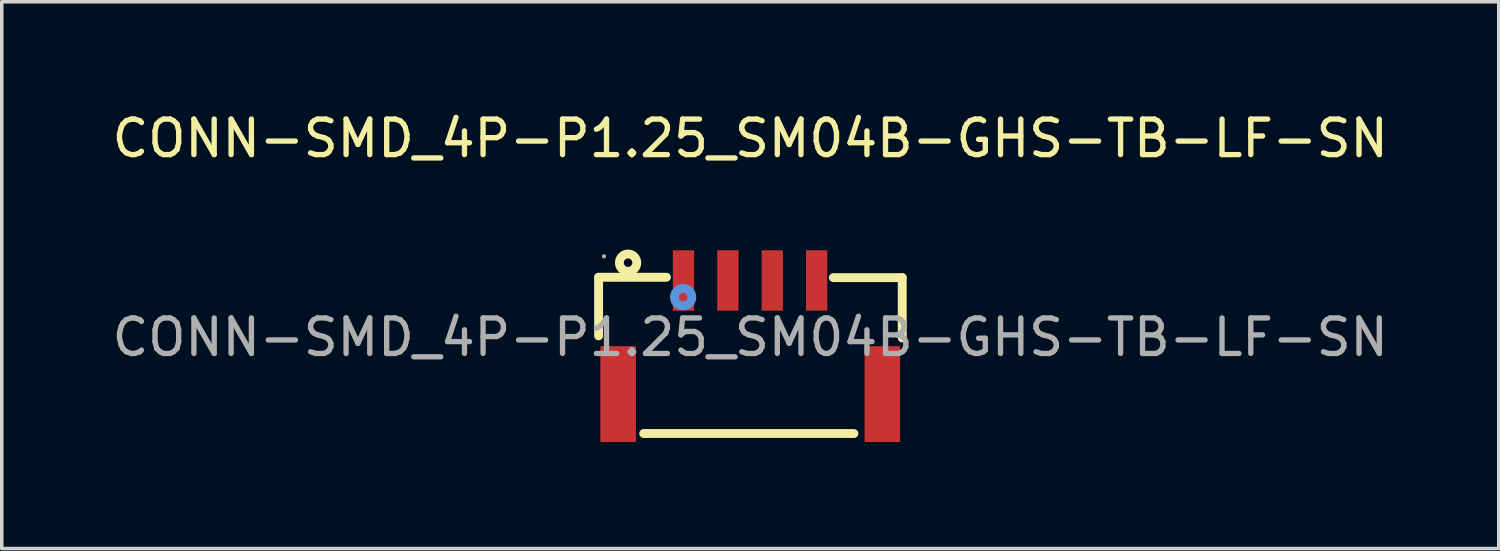
<source format=kicad_pcb>
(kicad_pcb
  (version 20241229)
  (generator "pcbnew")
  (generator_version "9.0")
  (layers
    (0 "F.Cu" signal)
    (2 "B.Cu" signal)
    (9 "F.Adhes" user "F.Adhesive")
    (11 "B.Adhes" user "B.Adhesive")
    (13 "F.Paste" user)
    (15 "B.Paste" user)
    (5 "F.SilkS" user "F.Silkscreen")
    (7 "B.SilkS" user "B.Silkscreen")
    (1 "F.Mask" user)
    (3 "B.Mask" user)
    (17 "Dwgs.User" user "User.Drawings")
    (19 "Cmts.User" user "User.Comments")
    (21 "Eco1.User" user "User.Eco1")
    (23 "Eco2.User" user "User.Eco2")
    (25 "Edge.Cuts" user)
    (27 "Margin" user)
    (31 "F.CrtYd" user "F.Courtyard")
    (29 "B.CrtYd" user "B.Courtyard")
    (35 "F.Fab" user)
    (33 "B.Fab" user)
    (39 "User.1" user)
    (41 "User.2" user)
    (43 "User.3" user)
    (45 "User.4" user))
  (footprint "CONN-SMD_4P-P1.25_SM04B-GHS-TB-LF-SN"
    (layer "F.Cu")
    (at 18.077 6.448)
    (property "Reference" "CONN-SMD_4P-P1.25_SM04B-GHS-TB-LF-SN" (at 0 -5.6 0) (layer "F.SilkS") (effects (font (size 1 1) (thickness 0.15))))
    (attr smd)
    (fp_line (start -4.27 -1.69) (end -4.27 -0.04) (stroke (width 0.25) (type solid)) (layer "F.SilkS"))
    (fp_line (start -3 2.71) (end 2.92 2.71) (stroke (width 0.25) (type solid)) (layer "F.SilkS"))
    (fp_line (start -2.36 -1.69) (end -4.27 -1.69) (stroke (width 0.25) (type solid)) (layer "F.SilkS"))
    (fp_line (start 2.34 -1.68) (end 4.28 -1.68) (stroke (width 0.25) (type solid)) (layer "F.SilkS"))
    (fp_line (start 4.28 -1.68) (end 4.28 0.02) (stroke (width 0.25) (type solid)) (layer "F.SilkS"))
    (fp_circle (center -3.44 -2.1) (end -3.32 -2.1) (stroke (width 0.25) (type solid)) (fill no) (layer "F.SilkS"))
    (fp_circle (center -1.89 -1.13) (end -1.77 -1.13) (stroke (width 0.25) (type solid)) (fill no) (layer "Cmts.User"))
    (fp_circle (center -4.12 -2.28) (end -4.09 -2.28) (stroke (width 0.06) (type solid)) (fill no) (layer "F.Fab"))
    (fp_text user "${REFERENCE}" (at 0 0 0) (layer "F.Fab") (effects (font (size 1 1) (thickness 0.15))))
    (pad "1" smd rect (at -1.88 -1.6) (size 0.6 1.7) (layers "F.Cu" "F.Mask" "F.Paste"))
    (pad "2" smd rect (at -0.63 -1.6) (size 0.6 1.7) (layers "F.Cu" "F.Mask" "F.Paste"))
    (pad "3" smd rect (at 0.62 -1.6) (size 0.6 1.7) (layers "F.Cu" "F.Mask" "F.Paste"))
    (pad "4" smd rect (at 1.87 -1.6) (size 0.6 1.7) (layers "F.Cu" "F.Mask" "F.Paste"))
    (pad "5" smd rect (at 3.72 1.6) (size 1 2.7) (layers "F.Cu" "F.Mask" "F.Paste"))
    (pad "6" smd rect (at -3.72 1.6) (size 1 2.7) (layers "F.Cu" "F.Mask" "F.Paste")))
  (gr_rect
    (start -3 -3)
    (end 39.155 12.398)
    (stroke (width 0.1) (type default))
    (fill no)
    (layer "Edge.Cuts")))
</source>
